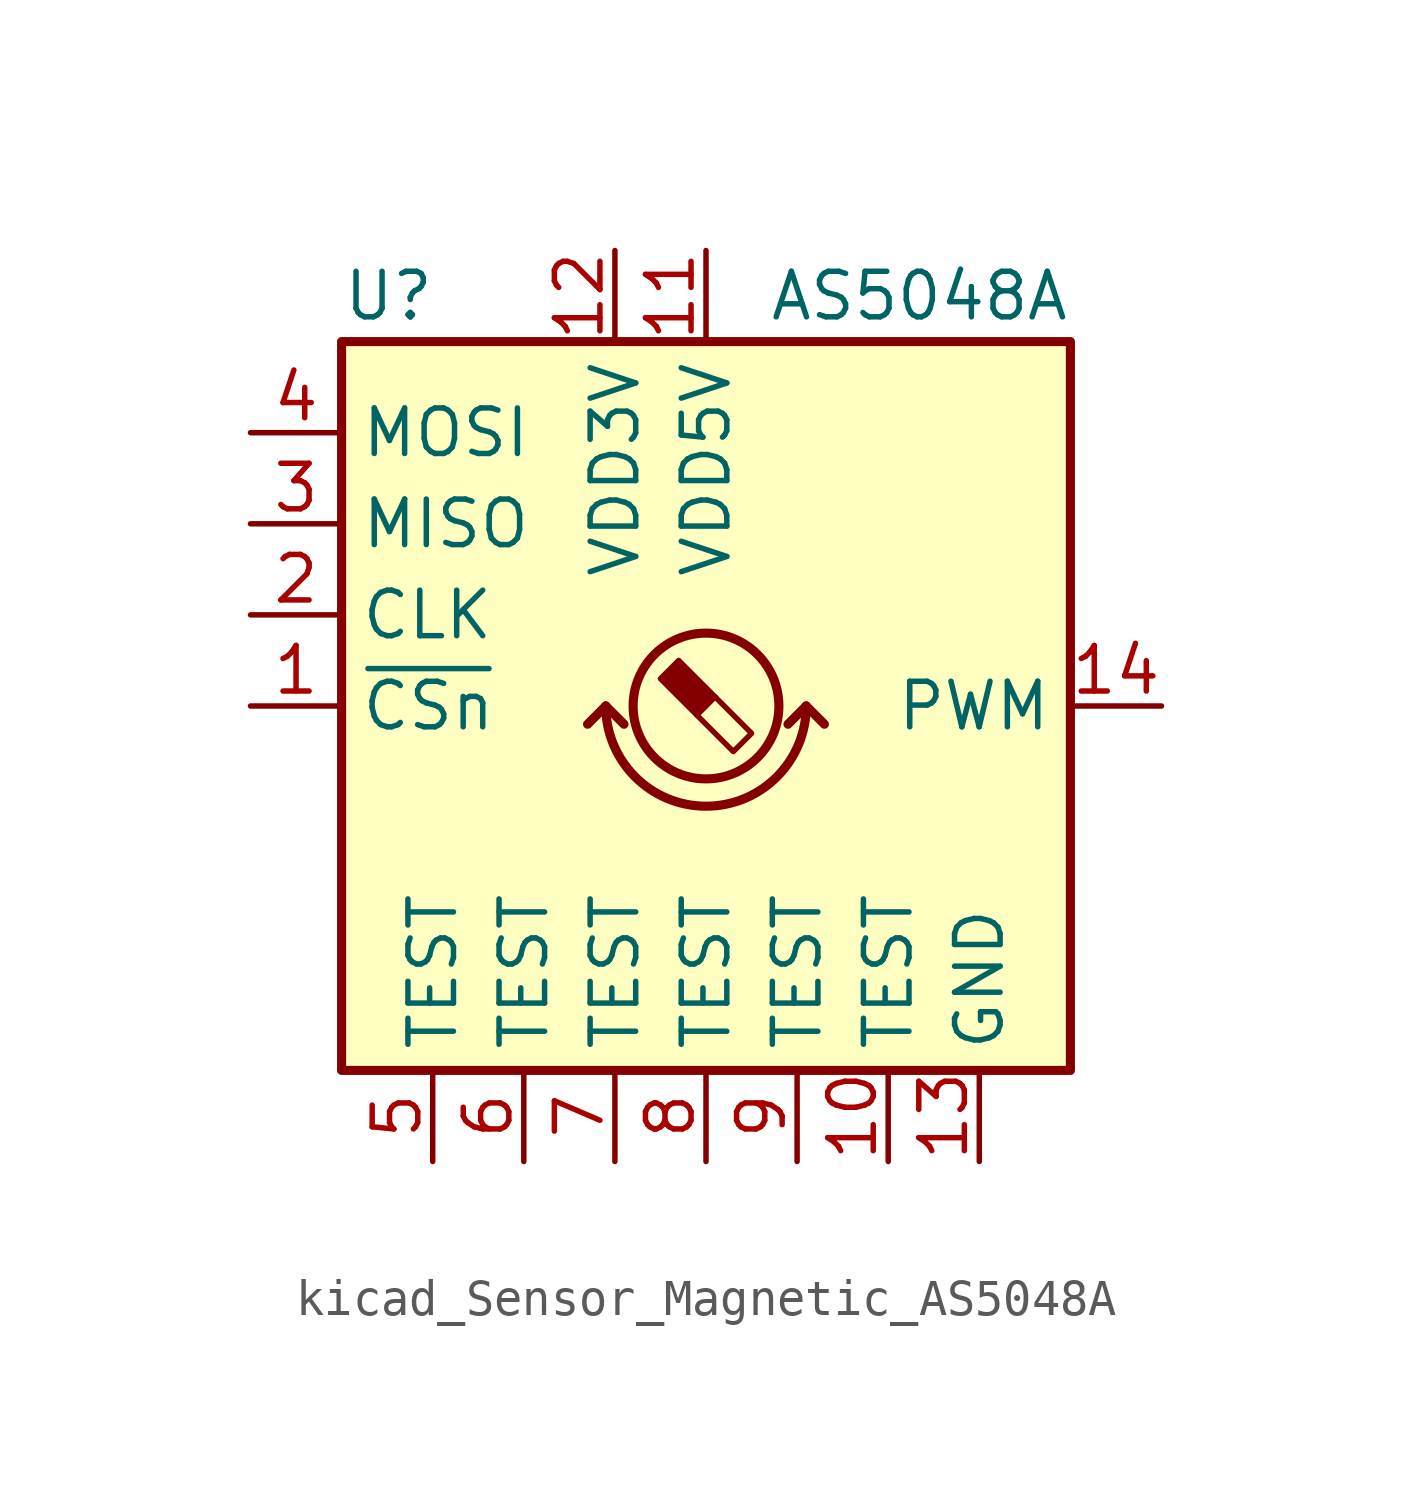
<source format=kicad_sym>
(kicad_symbol_lib
  (version 20220914)
  (generator kicad_symbol_editor)
  (symbol "kicad_Sensor_Magnetic_AS5048A"
    (property "Reference" "U"
      (at -10.16 11.43 0)
      (effects (font (size 1.27 1.27)) (justify left)))
    (property "Value" "AS5048A"
      (at 10.16 11.43 0)
      (effects (font (size 1.27 1.27)) (justify right)))
    (symbol "kicad_Sensor_Magnetic_AS5048A_0_1"
      (rectangle (start -10.16 10.16) (end 10.16 -10.16) (stroke (width 0.254) (type default)) (fill (type background)))
      (arc (start -2.794 0) (mid 0 -2.7819) (end 2.794 0) (stroke (width 0.254) (type default)) (fill (type none)))
      (polyline (pts (xy -2.794 0) (xy -3.302 -0.508)) (stroke (width 0.254) (type default)) (fill (type none)))
      (polyline (pts (xy -2.794 0) (xy -2.286 -0.508)) (stroke (width 0.254) (type default)) (fill (type none)))
      (polyline (pts (xy 2.794 0) (xy 2.286 -0.508)) (stroke (width 0.254) (type default)) (fill (type none)))
      (polyline (pts (xy 2.794 0) (xy 3.302 -0.508)) (stroke (width 0.254) (type default)) (fill (type none))))
    (symbol "kicad_Sensor_Magnetic_AS5048A_1_1"
      (polyline (pts (xy 0.254 0.254) (xy 1.27 -0.762) (xy 0.762 -1.27) (xy -0.254 -0.254)) (stroke (width 0) (type default)) (fill (type none)))
      (polyline (pts (xy -0.762 1.27) (xy 0.254 0.254) (xy -0.254 -0.254) (xy -1.27 0.762) (xy -1.016 1.016) (xy -0.762 1.27) (xy -0.635 1.143)) (stroke (width 0) (type default)) (fill (type outline)))
      (circle (center 0 0) (radius 2.032) (stroke (width 0.254) (type default)) (fill (type none)))
      (pin input line (at -12.7 0 0) (length 2.54) (name "~{CSn}" (effects (font (size 1.27 1.27)))) (number "1" (effects (font (size 1.27 1.27)))))
      (pin passive line (at 5.08 -12.7 90) (length 2.54) (name "TEST" (effects (font (size 1.27 1.27)))) (number "10" (effects (font (size 1.27 1.27)))))
      (pin power_in line (at 0 12.7 270) (length 2.54) (name "VDD5V" (effects (font (size 1.27 1.27)))) (number "11" (effects (font (size 1.27 1.27)))))
      (pin power_in line (at -2.54 12.7 270) (length 2.54) (name "VDD3V" (effects (font (size 1.27 1.27)))) (number "12" (effects (font (size 1.27 1.27)))))
      (pin power_in line (at 7.62 -12.7 90) (length 2.54) (name "GND" (effects (font (size 1.27 1.27)))) (number "13" (effects (font (size 1.27 1.27)))))
      (pin output line (at 12.7 0 180) (length 2.54) (name "PWM" (effects (font (size 1.27 1.27)))) (number "14" (effects (font (size 1.27 1.27)))))
      (pin input line (at -12.7 2.54 0) (length 2.54) (name "CLK" (effects (font (size 1.27 1.27)))) (number "2" (effects (font (size 1.27 1.27)))))
      (pin output line (at -12.7 5.08 0) (length 2.54) (name "MISO" (effects (font (size 1.27 1.27)))) (number "3" (effects (font (size 1.27 1.27)))))
      (pin input line (at -12.7 7.62 0) (length 2.54) (name "MOSI" (effects (font (size 1.27 1.27)))) (number "4" (effects (font (size 1.27 1.27)))))
      (pin passive line (at -7.62 -12.7 90) (length 2.54) (name "TEST" (effects (font (size 1.27 1.27)))) (number "5" (effects (font (size 1.27 1.27)))))
      (pin passive line (at -5.08 -12.7 90) (length 2.54) (name "TEST" (effects (font (size 1.27 1.27)))) (number "6" (effects (font (size 1.27 1.27)))))
      (pin passive line (at -2.54 -12.7 90) (length 2.54) (name "TEST" (effects (font (size 1.27 1.27)))) (number "7" (effects (font (size 1.27 1.27)))))
      (pin passive line (at 0 -12.7 90) (length 2.54) (name "TEST" (effects (font (size 1.27 1.27)))) (number "8" (effects (font (size 1.27 1.27)))))
      (pin passive line (at 2.54 -12.7 90) (length 2.54) (name "TEST" (effects (font (size 1.27 1.27)))) (number "9" (effects (font (size 1.27 1.27))))))))
</source>
